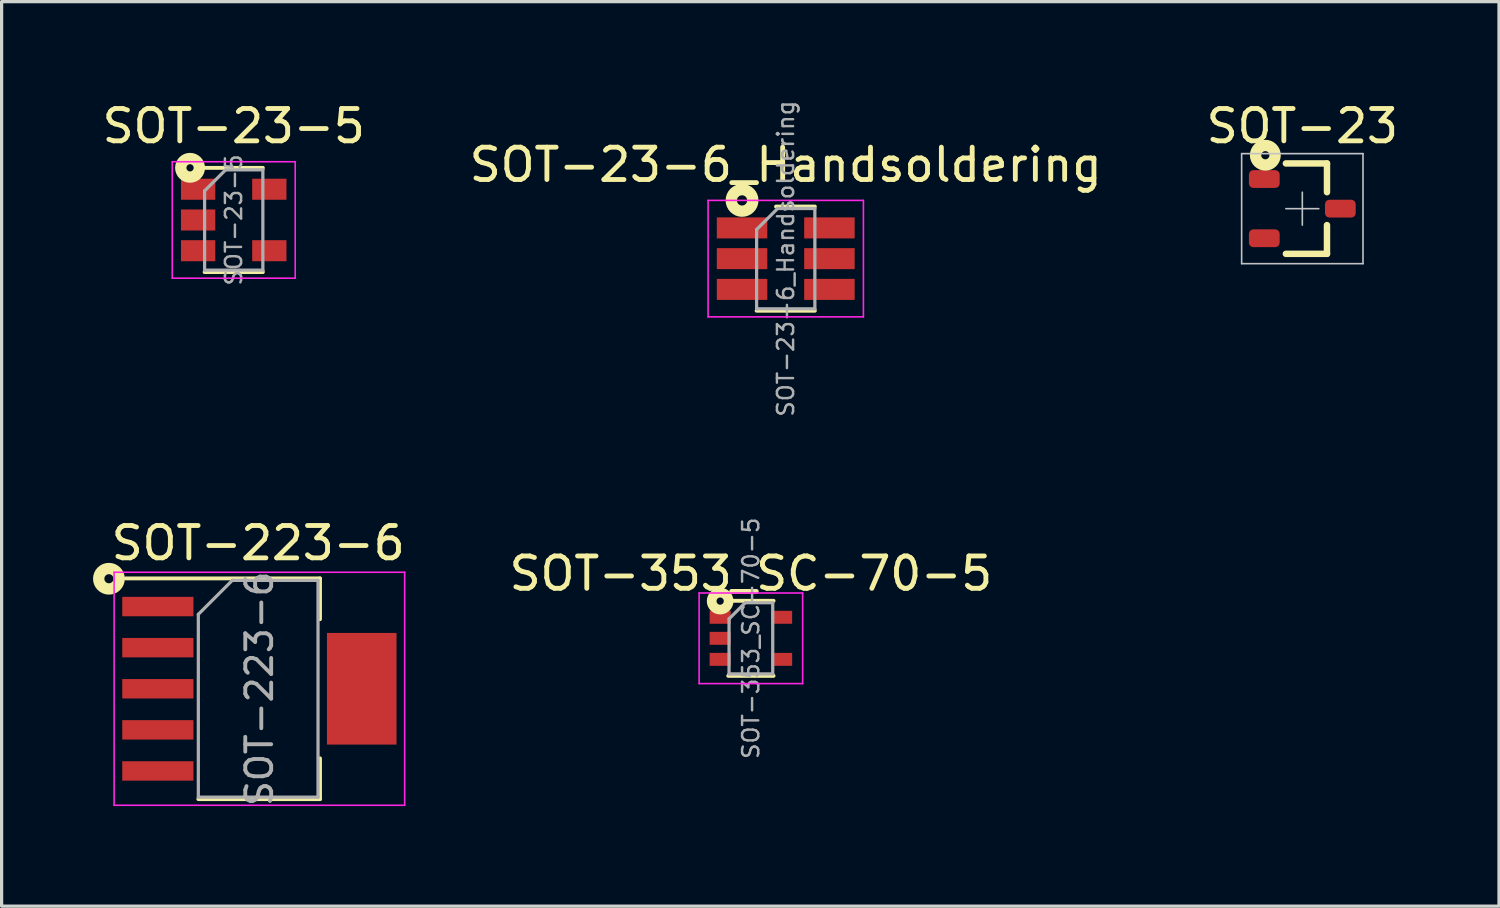
<source format=kicad_pcb>
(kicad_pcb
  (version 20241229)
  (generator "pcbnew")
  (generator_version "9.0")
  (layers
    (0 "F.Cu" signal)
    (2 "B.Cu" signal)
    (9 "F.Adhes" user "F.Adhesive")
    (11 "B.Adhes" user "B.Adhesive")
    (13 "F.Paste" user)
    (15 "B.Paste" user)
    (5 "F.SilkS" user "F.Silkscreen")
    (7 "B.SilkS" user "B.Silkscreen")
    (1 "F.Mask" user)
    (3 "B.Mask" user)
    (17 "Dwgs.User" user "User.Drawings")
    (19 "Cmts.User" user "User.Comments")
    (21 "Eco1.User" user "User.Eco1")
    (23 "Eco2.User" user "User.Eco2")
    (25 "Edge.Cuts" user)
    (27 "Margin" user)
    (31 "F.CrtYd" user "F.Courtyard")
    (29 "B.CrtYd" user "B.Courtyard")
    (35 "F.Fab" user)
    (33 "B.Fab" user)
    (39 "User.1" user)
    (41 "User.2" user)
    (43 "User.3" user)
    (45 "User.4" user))
  (footprint "SOT-353_SC-70-5"
    (layer "F.Cu")
    (at 20.155 16.676)
    (property "Reference" "SOT-353_SC-70-5" (at 0 -2 0) (layer "F.SilkS") (effects (font (size 1 1) (thickness 0.15))))
    (attr smd)
    (fp_line (start -0.7 1.16) (end 0.7 1.16) (stroke (width 0.12) (type solid)) (layer "F.SilkS"))
    (fp_line (start 0.7 -1.16) (end -0.6 -1.16) (stroke (width 0.12) (type solid)) (layer "F.SilkS"))
    (fp_circle (center -0.95 -1.15) (end -0.838 -1.15) (stroke (width 0.3) (type solid)) (fill no) (layer "F.SilkS"))
    (fp_line (start -1.6 -1.4) (end -1.6 1.4) (stroke (width 0.05) (type solid)) (layer "F.CrtYd"))
    (fp_line (start -1.6 -1.4) (end 1.6 -1.4) (stroke (width 0.05) (type solid)) (layer "F.CrtYd"))
    (fp_line (start -1.6 1.4) (end 1.6 1.4) (stroke (width 0.05) (type solid)) (layer "F.CrtYd"))
    (fp_line (start 1.6 1.4) (end 1.6 -1.4) (stroke (width 0.05) (type solid)) (layer "F.CrtYd"))
    (fp_line (start -0.675 -0.6) (end -0.675 1.1) (stroke (width 0.1) (type solid)) (layer "F.Fab"))
    (fp_line (start -0.175 -1.1) (end -0.675 -0.6) (stroke (width 0.1) (type solid)) (layer "F.Fab"))
    (fp_line (start 0.675 -1.1) (end -0.175 -1.1) (stroke (width 0.1) (type solid)) (layer "F.Fab"))
    (fp_line (start 0.675 -1.1) (end 0.675 1.1) (stroke (width 0.1) (type solid)) (layer "F.Fab"))
    (fp_line (start 0.675 1.1) (end -0.675 1.1) (stroke (width 0.1) (type solid)) (layer "F.Fab"))
    (fp_text user "${REFERENCE}" (at 0 0 90) (layer "F.Fab") (effects (font (size 0.5 0.5) (thickness 0.075))))
    (pad "1" smd rect (at -0.95 -0.65) (size 0.65 0.4) (layers "F.Cu" "F.Mask" "F.Paste"))
    (pad "2" smd rect (at -0.95 0) (size 0.65 0.4) (layers "F.Cu" "F.Mask" "F.Paste"))
    (pad "3" smd rect (at -0.95 0.65) (size 0.65 0.4) (layers "F.Cu" "F.Mask" "F.Paste"))
    (pad "4" smd rect (at 0.95 0.65) (size 0.65 0.4) (layers "F.Cu" "F.Mask" "F.Paste"))
    (pad "5" smd rect (at 0.95 -0.65) (size 0.65 0.4) (layers "F.Cu" "F.Mask" "F.Paste")))
  (footprint "SOT-23"
    (layer "F.Cu")
    (at 37.196 3.398)
    (property "Reference" "SOT-23" (at 0 -2.55 0) (layer "F.SilkS") (effects (font (size 1 1) (thickness 0.15))))
    (attr through_hole)
    (fp_line (start 0.762 -1.397) (end -0.508 -1.397) (stroke (width 0.2) (type solid)) (layer "F.SilkS"))
    (fp_line (start 0.762 -0.508) (end 0.762 -1.397) (stroke (width 0.2) (type solid)) (layer "F.SilkS"))
    (fp_line (start 0.762 0.508) (end 0.762 1.397) (stroke (width 0.2) (type solid)) (layer "F.SilkS"))
    (fp_line (start 0.762 1.397) (end -0.508 1.397) (stroke (width 0.2) (type solid)) (layer "F.SilkS"))
    (fp_circle (center -1.143 -1.651) (end -1.143 -1.524) (stroke (width 0.35) (type solid)) (fill no) (layer "F.SilkS"))
    (fp_line (start -1.875 -1.7) (end -1.875 1.7) (stroke (width 0.05) (type solid)) (layer "Dwgs.User"))
    (fp_line (start -1.875 -1.7) (end 1.875 -1.7) (stroke (width 0.05) (type solid)) (layer "Dwgs.User"))
    (fp_line (start 0 -0.508) (end 0 0.508) (stroke (width 0.05) (type solid)) (layer "Dwgs.User"))
    (fp_line (start 0.508 0) (end -0.508 0) (stroke (width 0.05) (type solid)) (layer "Dwgs.User"))
    (fp_line (start 1.875 -1.7) (end 1.875 1.7) (stroke (width 0.05) (type solid)) (layer "Dwgs.User"))
    (fp_line (start 1.875 1.7) (end -1.875 1.7) (stroke (width 0.05) (type solid)) (layer "Dwgs.User"))
    (fp_line (start -0.762 -1.397) (end -0.762 1.397) (stroke (width 0.05) (type solid)) (layer "Eco1.User"))
    (fp_line (start -0.762 1.397) (end 0.762 1.397) (stroke (width 0.05) (type solid)) (layer "Eco1.User"))
    (fp_line (start 0.762 -1.397) (end -0.762 -1.397) (stroke (width 0.05) (type solid)) (layer "Eco1.User"))
    (fp_line (start 0.762 1.397) (end 0.762 -1.397) (stroke (width 0.05) (type solid)) (layer "Eco1.User"))
    (pad "1" smd roundrect (at -1.175 -0.915) (size 0.95 0.55) (layers "F.Cu" "F.Mask" "F.Paste") (roundrect_rratio 0.25))
    (pad "2" smd roundrect (at -1.175 0.915) (size 0.95 0.55) (layers "F.Cu" "F.Mask" "F.Paste") (roundrect_rratio 0.25))
    (pad "3" smd roundrect (at 1.175 0) (size 0.95 0.55) (layers "F.Cu" "F.Mask" "F.Paste") (roundrect_rratio 0.25)))
  (footprint "SOT-23-6_Handsoldering"
    (layer "F.Cu")
    (at 21.232 4.943)
    (property "Reference" "SOT-23-6_Handsoldering" (at 0 -2.9 0) (layer "F.SilkS") (effects (font (size 1 1) (thickness 0.15))))
    (attr smd)
    (fp_line (start -0.9 1.61) (end 0.9 1.61) (stroke (width 0.12) (type solid)) (layer "F.SilkS"))
    (fp_line (start 0.9 -1.61) (end -0.3 -1.61) (stroke (width 0.12) (type solid)) (layer "F.SilkS"))
    (fp_circle (center -1.35 -1.8) (end -1.2 -1.85) (stroke (width 0.35) (type solid)) (fill no) (layer "F.SilkS"))
    (fp_line (start -2.4 -1.8) (end 2.4 -1.8) (stroke (width 0.05) (type solid)) (layer "F.CrtYd"))
    (fp_line (start -2.4 1.8) (end -2.4 -1.8) (stroke (width 0.05) (type solid)) (layer "F.CrtYd"))
    (fp_line (start 2.4 -1.8) (end 2.4 1.8) (stroke (width 0.05) (type solid)) (layer "F.CrtYd"))
    (fp_line (start 2.4 1.8) (end -2.4 1.8) (stroke (width 0.05) (type solid)) (layer "F.CrtYd"))
    (fp_line (start -0.9 -0.9) (end -0.9 1.55) (stroke (width 0.1) (type solid)) (layer "F.Fab"))
    (fp_line (start -0.9 -0.9) (end -0.25 -1.55) (stroke (width 0.1) (type solid)) (layer "F.Fab"))
    (fp_line (start 0.9 -1.55) (end -0.25 -1.55) (stroke (width 0.1) (type solid)) (layer "F.Fab"))
    (fp_line (start 0.9 -1.55) (end 0.9 1.55) (stroke (width 0.1) (type solid)) (layer "F.Fab"))
    (fp_line (start 0.9 1.55) (end -0.9 1.55) (stroke (width 0.1) (type solid)) (layer "F.Fab"))
    (fp_text user "${REFERENCE}" (at 0 0 90) (layer "F.Fab") (effects (font (size 0.5 0.5) (thickness 0.075))))
    (pad "1" smd rect (at -1.35 -0.95) (size 1.56 0.65) (layers "F.Cu" "F.Mask" "F.Paste"))
    (pad "2" smd rect (at -1.35 0) (size 1.56 0.65) (layers "F.Cu" "F.Mask" "F.Paste"))
    (pad "3" smd rect (at -1.35 0.95) (size 1.56 0.65) (layers "F.Cu" "F.Mask" "F.Paste"))
    (pad "4" smd rect (at 1.35 0.95) (size 1.56 0.65) (layers "F.Cu" "F.Mask" "F.Paste"))
    (pad "5" smd rect (at 1.35 0) (size 1.56 0.65) (layers "F.Cu" "F.Mask" "F.Paste"))
    (pad "6" smd rect (at 1.35 -0.95) (size 1.56 0.65) (layers "F.Cu" "F.Mask" "F.Paste")))
  (footprint "SOT-223-6"
    (layer "F.Cu")
    (at 4.966 18.235)
    (property "Reference" "SOT-223-6" (at -0.037 -4.5 0) (layer "F.SilkS") (effects (font (size 1 1) (thickness 0.15))))
    (attr smd)
    (fp_line (start -4.138 -3.41) (end 1.873 -3.41) (stroke (width 0.12) (type solid)) (layer "F.SilkS"))
    (fp_line (start -1.887 3.41) (end 1.873 3.41) (stroke (width 0.12) (type solid)) (layer "F.SilkS"))
    (fp_line (start 1.873 -3.41) (end 1.873 -2.15) (stroke (width 0.12) (type solid)) (layer "F.SilkS"))
    (fp_line (start 1.873 3.41) (end 1.873 2.15) (stroke (width 0.12) (type solid)) (layer "F.SilkS"))
    (fp_circle (center -4.65 -3.4) (end -4.509 -3.4) (stroke (width 0.35) (type solid)) (fill no) (layer "F.SilkS"))
    (fp_line (start -4.49 -3.6) (end -4.49 3.6) (stroke (width 0.05) (type solid)) (layer "F.CrtYd"))
    (fp_line (start -4.49 -3.6) (end 4.49 -3.6) (stroke (width 0.05) (type solid)) (layer "F.CrtYd"))
    (fp_line (start 4.49 3.6) (end -4.49 3.6) (stroke (width 0.05) (type solid)) (layer "F.CrtYd"))
    (fp_line (start 4.49 3.6) (end 4.49 -3.6) (stroke (width 0.05) (type solid)) (layer "F.CrtYd"))
    (fp_line (start -1.887 -2.3) (end -1.887 3.35) (stroke (width 0.1) (type solid)) (layer "F.Fab"))
    (fp_line (start -1.887 -2.3) (end -0.838 -3.35) (stroke (width 0.1) (type solid)) (layer "F.Fab"))
    (fp_line (start -1.887 3.35) (end 1.812 3.35) (stroke (width 0.1) (type solid)) (layer "F.Fab"))
    (fp_line (start -0.838 -3.35) (end 1.812 -3.35) (stroke (width 0.1) (type solid)) (layer "F.Fab"))
    (fp_line (start 1.812 -3.35) (end 1.812 3.35) (stroke (width 0.1) (type solid)) (layer "F.Fab"))
    (fp_text user "${REFERENCE}" (at 0 0 90) (layer "F.Fab") (effects (font (size 0.8 0.8) (thickness 0.12))))
    (pad "1" smd rect (at -3.138 -2.54) (size 2.2 0.6) (layers "F.Cu" "F.Mask" "F.Paste"))
    (pad "2" smd rect (at -3.138 -1.27) (size 2.2 0.6) (layers "F.Cu" "F.Mask" "F.Paste"))
    (pad "3" smd rect (at -3.138 0) (size 2.2 0.6) (layers "F.Cu" "F.Mask" "F.Paste"))
    (pad "4" smd rect (at -3.138 1.27) (size 2.2 0.6) (layers "F.Cu" "F.Mask" "F.Paste"))
    (pad "5" smd rect (at -3.138 2.54) (size 2.2 0.6) (layers "F.Cu" "F.Mask" "F.Paste"))
    (pad "6" smd rect (at 3.163 0) (size 2.15 3.45) (layers "F.Cu" "F.Mask" "F.Paste")))
  (footprint "SOT-23-5"
    (layer "F.Cu")
    (at 4.173 3.748)
    (property "Reference" "SOT-23-5" (at 0 -2.9 0) (layer "F.SilkS") (effects (font (size 1 1) (thickness 0.15))))
    (attr smd)
    (fp_line (start -0.9 1.61) (end 0.9 1.61) (stroke (width 0.12) (type solid)) (layer "F.SilkS"))
    (fp_line (start 0.9 -1.61) (end -0.95 -1.61) (stroke (width 0.12) (type solid)) (layer "F.SilkS"))
    (fp_circle (center -1.35 -1.612) (end -1.238 -1.612) (stroke (width 0.35) (type solid)) (fill no) (layer "F.SilkS"))
    (fp_line (start -1.9 -1.8) (end 1.9 -1.8) (stroke (width 0.05) (type solid)) (layer "F.CrtYd"))
    (fp_line (start -1.9 1.8) (end -1.9 -1.8) (stroke (width 0.05) (type solid)) (layer "F.CrtYd"))
    (fp_line (start 1.9 -1.8) (end 1.9 1.8) (stroke (width 0.05) (type solid)) (layer "F.CrtYd"))
    (fp_line (start 1.9 1.8) (end -1.9 1.8) (stroke (width 0.05) (type solid)) (layer "F.CrtYd"))
    (fp_line (start -0.9 -0.9) (end -0.9 1.55) (stroke (width 0.1) (type solid)) (layer "F.Fab"))
    (fp_line (start -0.9 -0.9) (end -0.25 -1.55) (stroke (width 0.1) (type solid)) (layer "F.Fab"))
    (fp_line (start 0.9 -1.55) (end -0.25 -1.55) (stroke (width 0.1) (type solid)) (layer "F.Fab"))
    (fp_line (start 0.9 -1.55) (end 0.9 1.55) (stroke (width 0.1) (type solid)) (layer "F.Fab"))
    (fp_line (start 0.9 1.55) (end -0.9 1.55) (stroke (width 0.1) (type solid)) (layer "F.Fab"))
    (fp_text user "${REFERENCE}" (at 0 0 90) (layer "F.Fab") (effects (font (size 0.5 0.5) (thickness 0.075))))
    (pad "1" smd rect (at -1.1 -0.95) (size 1.06 0.65) (layers "F.Cu" "F.Mask" "F.Paste"))
    (pad "2" smd rect (at -1.1 0) (size 1.06 0.65) (layers "F.Cu" "F.Mask" "F.Paste"))
    (pad "3" smd rect (at -1.1 0.95) (size 1.06 0.65) (layers "F.Cu" "F.Mask" "F.Paste"))
    (pad "4" smd rect (at 1.1 0.95) (size 1.06 0.65) (layers "F.Cu" "F.Mask" "F.Paste"))
    (pad "5" smd rect (at 1.1 -0.95) (size 1.06 0.65) (layers "F.Cu" "F.Mask" "F.Paste")))
  (gr_rect
    (start -3 -3)
    (end 43.274 24.954)
    (stroke (width 0.1) (type default))
    (fill no)
    (layer "Edge.Cuts")))
</source>
